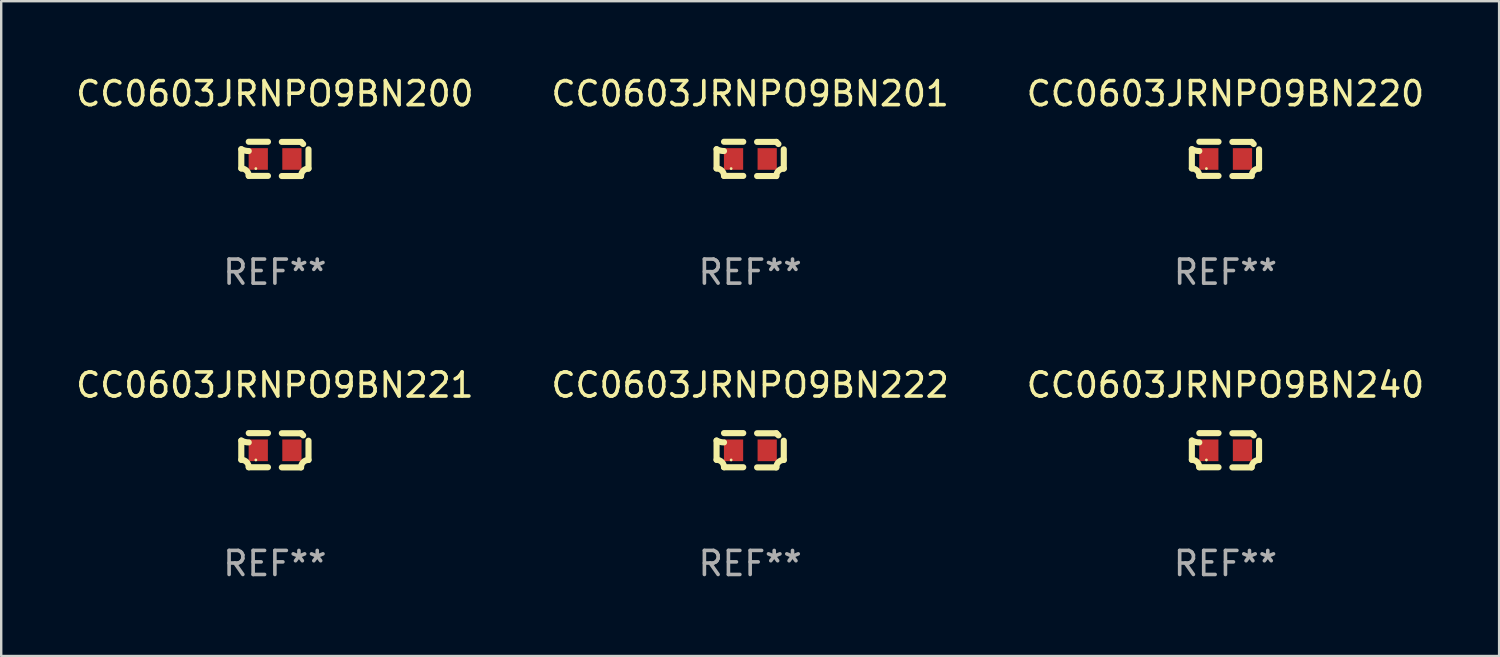
<source format=kicad_pcb>
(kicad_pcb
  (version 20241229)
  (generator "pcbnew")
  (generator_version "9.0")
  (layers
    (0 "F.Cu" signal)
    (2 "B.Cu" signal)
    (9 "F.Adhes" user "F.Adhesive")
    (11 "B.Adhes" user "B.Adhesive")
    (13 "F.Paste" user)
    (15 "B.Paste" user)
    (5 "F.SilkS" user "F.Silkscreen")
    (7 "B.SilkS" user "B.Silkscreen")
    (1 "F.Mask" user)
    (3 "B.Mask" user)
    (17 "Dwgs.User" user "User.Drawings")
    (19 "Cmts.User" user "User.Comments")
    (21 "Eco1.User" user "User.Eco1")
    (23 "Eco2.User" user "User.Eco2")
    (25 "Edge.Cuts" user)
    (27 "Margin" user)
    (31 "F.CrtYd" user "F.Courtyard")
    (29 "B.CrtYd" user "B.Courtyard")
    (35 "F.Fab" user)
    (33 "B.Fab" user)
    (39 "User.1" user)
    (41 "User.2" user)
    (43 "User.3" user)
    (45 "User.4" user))
  (footprint "CC0603JRNPO9BN221"
    (layer "F.Cu")
    (at 8.387 15.683)
    (property "Reference" "CC0603JRNPO9BN221" (at 0 -2.713 0) (layer "F.SilkS") (effects (font (size 1 1) (thickness 0.15))))
    (attr through_hole)
    (fp_line (start -1.398 -0.403) (end -1.398 0.397) (stroke (width 0.254) (type solid)) (layer "F.SilkS"))
    (fp_line (start -0.288 -0.713) (end -1.088 -0.713) (stroke (width 0.254) (type solid)) (layer "F.SilkS"))
    (fp_line (start -0.288 0.707) (end -1.088 0.707) (stroke (width 0.254) (type solid)) (layer "F.SilkS"))
    (fp_line (start 0.288 -0.707) (end 1.088 -0.707) (stroke (width 0.254) (type solid)) (layer "F.SilkS"))
    (fp_line (start 0.288 0.713) (end 1.088 0.713) (stroke (width 0.254) (type solid)) (layer "F.SilkS"))
    (fp_line (start 1.398 -0.397) (end 1.398 0.403) (stroke (width 0.254) (type solid)) (layer "F.SilkS"))
    (fp_arc (start -1.397789 0.397066) (mid -1.178701 0.487826) (end -1.08796 0.706922) (stroke (width 0.254001) (type solid)) (layer "F.SilkS"))
    (fp_arc (start -1.08796 -0.327176) (mid -1.247436 -0.346384) (end -1.39779 -0.402908) (stroke (width 0.254001) (type solid)) (layer "F.SilkS"))
    (fp_arc (start 1.087909 0.712738) (mid 1.178656 0.493655) (end 1.397739 0.402908) (stroke (width 0.254001) (type solid)) (layer "F.SilkS"))
    (fp_arc (start 1.175925 -0.618926) (mid 1.131917 -0.662923) (end 1.08791 -0.706922) (stroke (width 0.254001) (type solid)) (layer "F.SilkS"))
    (fp_circle (center -0.792 0.403) (end -0.762 0.403) (stroke (width 0.06) (type solid)) (fill no) (layer "F.SilkS"))
    (fp_text user "REF**" (at 0 4.713 0) (layer "F.Fab") (effects (font (size 1 1) (thickness 0.15))))
    (pad "1" smd rect (at -0.692 0.003) (size 0.8 0.9) (layers "F.Cu" "F.Mask" "F.Paste"))
    (pad "2" smd rect (at 0.708 0.003) (size 0.8 0.9) (layers "F.Cu" "F.Mask" "F.Paste")))
  (footprint "CC0603JRNPO9BN200"
    (layer "F.Cu")
    (at 8.387 3.561)
    (property "Reference" "CC0603JRNPO9BN200" (at 0 -2.713 0) (layer "F.SilkS") (effects (font (size 1 1) (thickness 0.15))))
    (attr through_hole)
    (fp_line (start -1.398 -0.403) (end -1.398 0.397) (stroke (width 0.254) (type solid)) (layer "F.SilkS"))
    (fp_line (start -0.288 -0.713) (end -1.088 -0.713) (stroke (width 0.254) (type solid)) (layer "F.SilkS"))
    (fp_line (start -0.288 0.707) (end -1.088 0.707) (stroke (width 0.254) (type solid)) (layer "F.SilkS"))
    (fp_line (start 0.288 -0.707) (end 1.088 -0.707) (stroke (width 0.254) (type solid)) (layer "F.SilkS"))
    (fp_line (start 0.288 0.713) (end 1.088 0.713) (stroke (width 0.254) (type solid)) (layer "F.SilkS"))
    (fp_line (start 1.398 -0.397) (end 1.398 0.403) (stroke (width 0.254) (type solid)) (layer "F.SilkS"))
    (fp_arc (start -1.397789 0.397066) (mid -1.178701 0.487826) (end -1.08796 0.706922) (stroke (width 0.254001) (type solid)) (layer "F.SilkS"))
    (fp_arc (start -1.08796 -0.327176) (mid -1.247436 -0.346384) (end -1.39779 -0.402908) (stroke (width 0.254001) (type solid)) (layer "F.SilkS"))
    (fp_arc (start 1.087909 0.712738) (mid 1.178656 0.493655) (end 1.397739 0.402908) (stroke (width 0.254001) (type solid)) (layer "F.SilkS"))
    (fp_arc (start 1.175925 -0.618926) (mid 1.131917 -0.662923) (end 1.08791 -0.706922) (stroke (width 0.254001) (type solid)) (layer "F.SilkS"))
    (fp_circle (center -0.792 0.403) (end -0.762 0.403) (stroke (width 0.06) (type solid)) (fill no) (layer "F.SilkS"))
    (fp_text user "REF**" (at 0 4.713 0) (layer "F.Fab") (effects (font (size 1 1) (thickness 0.15))))
    (pad "1" smd rect (at -0.692 0.003) (size 0.8 0.9) (layers "F.Cu" "F.Mask" "F.Paste"))
    (pad "2" smd rect (at 0.708 0.003) (size 0.8 0.9) (layers "F.Cu" "F.Mask" "F.Paste")))
  (footprint "CC0603JRNPO9BN201"
    (layer "F.Cu")
    (at 28.161 3.561)
    (property "Reference" "CC0603JRNPO9BN201" (at 0 -2.713 0) (layer "F.SilkS") (effects (font (size 1 1) (thickness 0.15))))
    (attr through_hole)
    (fp_line (start -1.398 -0.403) (end -1.398 0.397) (stroke (width 0.254) (type solid)) (layer "F.SilkS"))
    (fp_line (start -0.288 -0.713) (end -1.088 -0.713) (stroke (width 0.254) (type solid)) (layer "F.SilkS"))
    (fp_line (start -0.288 0.707) (end -1.088 0.707) (stroke (width 0.254) (type solid)) (layer "F.SilkS"))
    (fp_line (start 0.288 -0.707) (end 1.088 -0.707) (stroke (width 0.254) (type solid)) (layer "F.SilkS"))
    (fp_line (start 0.288 0.713) (end 1.088 0.713) (stroke (width 0.254) (type solid)) (layer "F.SilkS"))
    (fp_line (start 1.398 -0.397) (end 1.398 0.403) (stroke (width 0.254) (type solid)) (layer "F.SilkS"))
    (fp_arc (start -1.397789 0.397066) (mid -1.178701 0.487826) (end -1.08796 0.706922) (stroke (width 0.254001) (type solid)) (layer "F.SilkS"))
    (fp_arc (start -1.08796 -0.327176) (mid -1.247436 -0.346384) (end -1.39779 -0.402908) (stroke (width 0.254001) (type solid)) (layer "F.SilkS"))
    (fp_arc (start 1.087909 0.712738) (mid 1.178656 0.493655) (end 1.397739 0.402908) (stroke (width 0.254001) (type solid)) (layer "F.SilkS"))
    (fp_arc (start 1.175925 -0.618926) (mid 1.131917 -0.662923) (end 1.08791 -0.706922) (stroke (width 0.254001) (type solid)) (layer "F.SilkS"))
    (fp_circle (center -0.792 0.403) (end -0.762 0.403) (stroke (width 0.06) (type solid)) (fill no) (layer "F.SilkS"))
    (fp_text user "REF**" (at 0 4.713 0) (layer "F.Fab") (effects (font (size 1 1) (thickness 0.15))))
    (pad "1" smd rect (at -0.692 0.003) (size 0.8 0.9) (layers "F.Cu" "F.Mask" "F.Paste"))
    (pad "2" smd rect (at 0.708 0.003) (size 0.8 0.9) (layers "F.Cu" "F.Mask" "F.Paste")))
  (footprint "CC0603JRNPO9BN220"
    (layer "F.Cu")
    (at 47.935 3.561)
    (property "Reference" "CC0603JRNPO9BN220" (at 0 -2.713 0) (layer "F.SilkS") (effects (font (size 1 1) (thickness 0.15))))
    (attr through_hole)
    (fp_line (start -1.398 -0.403) (end -1.398 0.397) (stroke (width 0.254) (type solid)) (layer "F.SilkS"))
    (fp_line (start -0.288 -0.713) (end -1.088 -0.713) (stroke (width 0.254) (type solid)) (layer "F.SilkS"))
    (fp_line (start -0.288 0.707) (end -1.088 0.707) (stroke (width 0.254) (type solid)) (layer "F.SilkS"))
    (fp_line (start 0.288 -0.707) (end 1.088 -0.707) (stroke (width 0.254) (type solid)) (layer "F.SilkS"))
    (fp_line (start 0.288 0.713) (end 1.088 0.713) (stroke (width 0.254) (type solid)) (layer "F.SilkS"))
    (fp_line (start 1.398 -0.397) (end 1.398 0.403) (stroke (width 0.254) (type solid)) (layer "F.SilkS"))
    (fp_arc (start -1.397789 0.397066) (mid -1.178701 0.487826) (end -1.08796 0.706922) (stroke (width 0.254001) (type solid)) (layer "F.SilkS"))
    (fp_arc (start -1.08796 -0.327176) (mid -1.247436 -0.346384) (end -1.39779 -0.402908) (stroke (width 0.254001) (type solid)) (layer "F.SilkS"))
    (fp_arc (start 1.087909 0.712738) (mid 1.178656 0.493655) (end 1.397739 0.402908) (stroke (width 0.254001) (type solid)) (layer "F.SilkS"))
    (fp_arc (start 1.175925 -0.618926) (mid 1.131917 -0.662923) (end 1.08791 -0.706922) (stroke (width 0.254001) (type solid)) (layer "F.SilkS"))
    (fp_circle (center -0.792 0.403) (end -0.762 0.403) (stroke (width 0.06) (type solid)) (fill no) (layer "F.SilkS"))
    (fp_text user "REF**" (at 0 4.713 0) (layer "F.Fab") (effects (font (size 1 1) (thickness 0.15))))
    (pad "1" smd rect (at -0.692 0.003) (size 0.8 0.9) (layers "F.Cu" "F.Mask" "F.Paste"))
    (pad "2" smd rect (at 0.708 0.003) (size 0.8 0.9) (layers "F.Cu" "F.Mask" "F.Paste")))
  (footprint "CC0603JRNPO9BN240"
    (layer "F.Cu")
    (at 47.935 15.683)
    (property "Reference" "CC0603JRNPO9BN240" (at 0 -2.713 0) (layer "F.SilkS") (effects (font (size 1 1) (thickness 0.15))))
    (attr through_hole)
    (fp_line (start -1.398 -0.403) (end -1.398 0.397) (stroke (width 0.254) (type solid)) (layer "F.SilkS"))
    (fp_line (start -0.288 -0.713) (end -1.088 -0.713) (stroke (width 0.254) (type solid)) (layer "F.SilkS"))
    (fp_line (start -0.288 0.707) (end -1.088 0.707) (stroke (width 0.254) (type solid)) (layer "F.SilkS"))
    (fp_line (start 0.288 -0.707) (end 1.088 -0.707) (stroke (width 0.254) (type solid)) (layer "F.SilkS"))
    (fp_line (start 0.288 0.713) (end 1.088 0.713) (stroke (width 0.254) (type solid)) (layer "F.SilkS"))
    (fp_line (start 1.398 -0.397) (end 1.398 0.403) (stroke (width 0.254) (type solid)) (layer "F.SilkS"))
    (fp_arc (start -1.397789 0.397066) (mid -1.178701 0.487826) (end -1.08796 0.706922) (stroke (width 0.254001) (type solid)) (layer "F.SilkS"))
    (fp_arc (start -1.08796 -0.327176) (mid -1.247436 -0.346384) (end -1.39779 -0.402908) (stroke (width 0.254001) (type solid)) (layer "F.SilkS"))
    (fp_arc (start 1.087909 0.712738) (mid 1.178656 0.493655) (end 1.397739 0.402908) (stroke (width 0.254001) (type solid)) (layer "F.SilkS"))
    (fp_arc (start 1.175925 -0.618926) (mid 1.131917 -0.662923) (end 1.08791 -0.706922) (stroke (width 0.254001) (type solid)) (layer "F.SilkS"))
    (fp_circle (center -0.792 0.403) (end -0.762 0.403) (stroke (width 0.06) (type solid)) (fill no) (layer "F.SilkS"))
    (fp_text user "REF**" (at 0 4.713 0) (layer "F.Fab") (effects (font (size 1 1) (thickness 0.15))))
    (pad "1" smd rect (at -0.692 0.003) (size 0.8 0.9) (layers "F.Cu" "F.Mask" "F.Paste"))
    (pad "2" smd rect (at 0.708 0.003) (size 0.8 0.9) (layers "F.Cu" "F.Mask" "F.Paste")))
  (footprint "CC0603JRNPO9BN222"
    (layer "F.Cu")
    (at 28.161 15.683)
    (property "Reference" "CC0603JRNPO9BN222" (at 0 -2.713 0) (layer "F.SilkS") (effects (font (size 1 1) (thickness 0.15))))
    (attr through_hole)
    (fp_line (start -1.398 -0.403) (end -1.398 0.397) (stroke (width 0.254) (type solid)) (layer "F.SilkS"))
    (fp_line (start -0.288 -0.713) (end -1.088 -0.713) (stroke (width 0.254) (type solid)) (layer "F.SilkS"))
    (fp_line (start -0.288 0.707) (end -1.088 0.707) (stroke (width 0.254) (type solid)) (layer "F.SilkS"))
    (fp_line (start 0.288 -0.707) (end 1.088 -0.707) (stroke (width 0.254) (type solid)) (layer "F.SilkS"))
    (fp_line (start 0.288 0.713) (end 1.088 0.713) (stroke (width 0.254) (type solid)) (layer "F.SilkS"))
    (fp_line (start 1.398 -0.397) (end 1.398 0.403) (stroke (width 0.254) (type solid)) (layer "F.SilkS"))
    (fp_arc (start -1.397789 0.397066) (mid -1.178701 0.487826) (end -1.08796 0.706922) (stroke (width 0.254001) (type solid)) (layer "F.SilkS"))
    (fp_arc (start -1.08796 -0.327176) (mid -1.247436 -0.346384) (end -1.39779 -0.402908) (stroke (width 0.254001) (type solid)) (layer "F.SilkS"))
    (fp_arc (start 1.087909 0.712738) (mid 1.178656 0.493655) (end 1.397739 0.402908) (stroke (width 0.254001) (type solid)) (layer "F.SilkS"))
    (fp_arc (start 1.175925 -0.618926) (mid 1.131917 -0.662923) (end 1.08791 -0.706922) (stroke (width 0.254001) (type solid)) (layer "F.SilkS"))
    (fp_circle (center -0.792 0.403) (end -0.762 0.403) (stroke (width 0.06) (type solid)) (fill no) (layer "F.SilkS"))
    (fp_text user "REF**" (at 0 4.713 0) (layer "F.Fab") (effects (font (size 1 1) (thickness 0.15))))
    (pad "1" smd rect (at -0.692 0.003) (size 0.8 0.9) (layers "F.Cu" "F.Mask" "F.Paste"))
    (pad "2" smd rect (at 0.708 0.003) (size 0.8 0.9) (layers "F.Cu" "F.Mask" "F.Paste")))
  (gr_rect
    (start -3 -3)
    (end 59.321 24.244)
    (stroke (width 0.1) (type default))
    (fill no)
    (layer "Edge.Cuts")))
</source>
